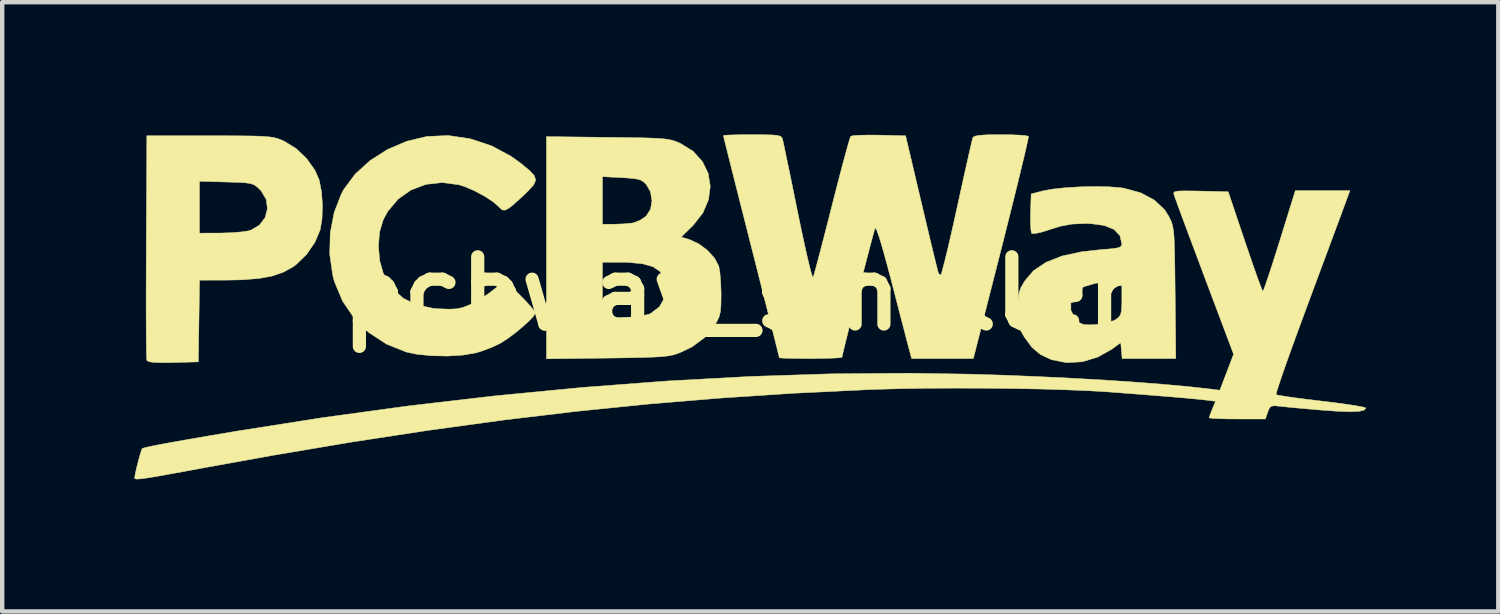
<source format=kicad_pcb>
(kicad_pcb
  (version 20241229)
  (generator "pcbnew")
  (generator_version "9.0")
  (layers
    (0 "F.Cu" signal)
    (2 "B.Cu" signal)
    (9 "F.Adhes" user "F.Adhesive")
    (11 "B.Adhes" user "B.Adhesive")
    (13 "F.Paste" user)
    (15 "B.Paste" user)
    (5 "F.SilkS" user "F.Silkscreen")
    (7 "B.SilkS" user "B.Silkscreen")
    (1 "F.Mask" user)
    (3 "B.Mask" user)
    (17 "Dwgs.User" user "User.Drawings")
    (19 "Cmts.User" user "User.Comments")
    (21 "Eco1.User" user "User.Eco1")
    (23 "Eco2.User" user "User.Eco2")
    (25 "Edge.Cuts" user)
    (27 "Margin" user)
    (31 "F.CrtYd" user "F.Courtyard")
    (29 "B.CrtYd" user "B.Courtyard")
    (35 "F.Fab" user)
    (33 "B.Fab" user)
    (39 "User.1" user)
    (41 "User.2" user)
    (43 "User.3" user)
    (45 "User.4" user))
  (footprint "pcbway_smaller"
    (layer "F.Cu")
    (at 13.668 3.612)
    (property "Reference" "pcbway_smaller" (at 0 0 0) (layer "F.SilkS") (effects (font (size 1.524 1.524) (thickness 0.3))))
    (attr through_hole)
    (fp_poly (pts (xy -11.963 -3.581) (xy -11.545 -3.581) (xy -11.215 -3.579) (xy -10.961 -3.576) (xy -10.768 -3.569) (xy -10.623 -3.558) (xy -10.514 -3.543) (xy -10.427 -3.521) (xy -10.349 -3.493) (xy -10.273 -3.46) (xy -10.003 -3.294) (xy -9.761 -3.065) (xy -9.572 -2.8) (xy -9.475 -2.577) (xy -9.422 -2.309) (xy -9.401 -1.997) (xy -9.412 -1.689) (xy -9.453 -1.448) (xy -9.572 -1.164) (xy -9.763 -0.888) (xy -10.001 -0.657) (xy -10.067 -0.608) (xy -10.284 -0.488) (xy -10.537 -0.4) (xy -10.845 -0.343) (xy -11.222 -0.313) (xy -11.569 -0.306) (xy -12.19 -0.305) (xy -12.204 0.622) (xy -12.217 1.549) (xy -12.79 1.564) (xy -13.058 1.567) (xy -13.237 1.561) (xy -13.342 1.544) (xy -13.386 1.516) (xy -13.387 1.513) (xy -13.392 1.451) (xy -13.396 1.297) (xy -13.399 1.061) (xy -13.401 0.754) (xy -13.402 0.385) (xy -13.402 -0.035) (xy -13.401 -0.497) (xy -13.399 -0.99) (xy -13.399 -1.067) (xy -13.397 -1.372) (xy -12.192 -1.372) (xy -11.697 -1.374) (xy -11.461 -1.382) (xy -11.244 -1.4) (xy -11.079 -1.424) (xy -11.028 -1.438) (xy -10.831 -1.554) (xy -10.703 -1.724) (xy -10.65 -1.926) (xy -10.677 -2.135) (xy -10.79 -2.328) (xy -10.814 -2.354) (xy -10.885 -2.422) (xy -10.951 -2.468) (xy -11.033 -2.497) (xy -11.153 -2.514) (xy -11.333 -2.524) (xy -11.583 -2.532) (xy -12.192 -2.549) (xy -12.192 -1.372) (xy -13.397 -1.372) (xy -13.386 -3.581) (xy -11.963 -3.581)) (stroke (width 0.01) (type solid)) (fill yes) (layer "F.SilkS"))
    (fp_poly (pts (xy -6.05 -3.514) (xy -5.569 -3.355) (xy -5.118 -3.114) (xy -4.889 -2.948) (xy -4.701 -2.792) (xy -4.593 -2.675) (xy -4.563 -2.573) (xy -4.611 -2.465) (xy -4.737 -2.326) (xy -4.861 -2.208) (xy -5.043 -2.041) (xy -5.17 -1.939) (xy -5.257 -1.894) (xy -5.321 -1.899) (xy -5.377 -1.946) (xy -5.383 -1.954) (xy -5.518 -2.075) (xy -5.717 -2.207) (xy -5.948 -2.331) (xy -6.179 -2.43) (xy -6.304 -2.469) (xy -6.687 -2.52) (xy -7.054 -2.478) (xy -7.391 -2.351) (xy -7.685 -2.144) (xy -7.92 -1.865) (xy -8.022 -1.676) (xy -8.105 -1.398) (xy -8.131 -1.075) (xy -8.103 -0.748) (xy -8.021 -0.459) (xy -8.009 -0.431) (xy -7.819 -0.124) (xy -7.572 0.104) (xy -7.262 0.256) (xy -6.884 0.335) (xy -6.749 0.345) (xy -6.519 0.353) (xy -6.355 0.345) (xy -6.219 0.316) (xy -6.077 0.26) (xy -6.037 0.242) (xy -5.836 0.133) (xy -5.631 -0.002) (xy -5.545 -0.068) (xy -5.414 -0.17) (xy -5.308 -0.238) (xy -5.264 -0.254) (xy -5.201 -0.219) (xy -5.092 -0.128) (xy -4.957 -0.002) (xy -4.817 0.139) (xy -4.693 0.274) (xy -4.604 0.382) (xy -4.572 0.442) (xy -4.61 0.51) (xy -4.712 0.619) (xy -4.858 0.752) (xy -5.026 0.892) (xy -5.199 1.02) (xy -5.355 1.121) (xy -5.379 1.135) (xy -5.573 1.225) (xy -5.8 1.309) (xy -5.92 1.345) (xy -6.212 1.395) (xy -6.56 1.417) (xy -6.924 1.41) (xy -7.264 1.376) (xy -7.498 1.326) (xy -7.947 1.147) (xy -8.345 0.887) (xy -8.682 0.557) (xy -8.947 0.166) (xy -9.13 -0.272) (xy -9.167 -0.411) (xy -9.236 -0.889) (xy -9.225 -1.373) (xy -9.136 -1.839) (xy -8.973 -2.261) (xy -8.915 -2.368) (xy -8.656 -2.715) (xy -8.319 -3.02) (xy -7.923 -3.272) (xy -7.486 -3.458) (xy -7.03 -3.566) (xy -6.544 -3.587) (xy -6.05 -3.514)) (stroke (width 0.01) (type solid)) (fill yes) (layer "F.SilkS"))
    (fp_poly (pts (xy -2.934 -3.546) (xy -2.521 -3.541) (xy -2.196 -3.536) (xy -1.945 -3.529) (xy -1.756 -3.52) (xy -1.614 -3.507) (xy -1.506 -3.489) (xy -1.419 -3.465) (xy -1.338 -3.434) (xy -1.282 -3.41) (xy -0.991 -3.23) (xy -0.78 -2.998) (xy -0.649 -2.728) (xy -0.602 -2.435) (xy -0.641 -2.132) (xy -0.767 -1.835) (xy -0.984 -1.556) (xy -0.997 -1.543) (xy -1.261 -1.283) (xy -1.073 -1.227) (xy -0.865 -1.131) (xy -0.665 -0.981) (xy -0.504 -0.804) (xy -0.41 -0.627) (xy -0.408 -0.62) (xy -0.384 -0.482) (xy -0.366 -0.28) (xy -0.357 -0.049) (xy -0.356 0.028) (xy -0.359 0.256) (xy -0.372 0.413) (xy -0.402 0.531) (xy -0.455 0.642) (xy -0.503 0.72) (xy -0.723 0.992) (xy -1.009 1.205) (xy -1.28 1.336) (xy -1.367 1.369) (xy -1.458 1.395) (xy -1.565 1.415) (xy -1.703 1.43) (xy -1.884 1.441) (xy -2.123 1.449) (xy -2.433 1.456) (xy -2.827 1.462) (xy -2.934 1.463) (xy -4.318 1.48) (xy -4.318 0.571) (xy -3.048 0.571) (xy -2.578 0.549) (xy -2.342 0.531) (xy -2.136 0.502) (xy -1.989 0.466) (xy -1.96 0.454) (xy -1.758 0.303) (xy -1.639 0.098) (xy -1.609 -0.136) (xy -1.645 -0.344) (xy -1.739 -0.5) (xy -1.901 -0.61) (xy -2.139 -0.677) (xy -2.462 -0.708) (xy -2.629 -0.711) (xy -3.048 -0.711) (xy -3.048 0.571) (xy -4.318 0.571) (xy -4.318 -1.575) (xy -3.048 -1.575) (xy -2.775 -1.575) (xy -2.585 -1.581) (xy -2.409 -1.596) (xy -2.344 -1.606) (xy -2.192 -1.665) (xy -2.058 -1.756) (xy -1.957 -1.914) (xy -1.924 -2.111) (xy -1.96 -2.314) (xy -2.05 -2.47) (xy -2.117 -2.538) (xy -2.192 -2.581) (xy -2.303 -2.607) (xy -2.474 -2.623) (xy -2.608 -2.631) (xy -3.048 -2.654) (xy -3.048 -1.575) (xy -4.318 -1.575) (xy -4.318 -3.562) (xy -2.934 -3.546)) (stroke (width 0.01) (type solid)) (fill yes) (layer "F.SilkS"))
    (fp_poly (pts (xy 8.441 -2.424) (xy 8.706 -2.403) (xy 8.79 -2.391) (xy 9.169 -2.286) (xy 9.477 -2.121) (xy 9.709 -1.901) (xy 9.802 -1.754) (xy 9.839 -1.68) (xy 9.869 -1.609) (xy 9.891 -1.53) (xy 9.908 -1.429) (xy 9.921 -1.295) (xy 9.93 -1.113) (xy 9.936 -0.873) (xy 9.941 -0.56) (xy 9.945 -0.162) (xy 9.947 -0.014) (xy 9.962 1.473) (xy 8.744 1.473) (xy 8.728 1.293) (xy 8.712 1.113) (xy 8.509 1.262) (xy 8.187 1.443) (xy 7.837 1.547) (xy 7.482 1.567) (xy 7.146 1.501) (xy 7.14 1.499) (xy 6.894 1.385) (xy 6.702 1.225) (xy 6.53 0.993) (xy 6.528 0.991) (xy 6.448 0.85) (xy 6.403 0.723) (xy 6.382 0.572) (xy 6.377 0.359) (xy 6.377 0.356) (xy 6.381 0.175) (xy 7.581 0.175) (xy 7.581 0.374) (xy 7.666 0.555) (xy 7.7 0.592) (xy 7.783 0.665) (xy 7.87 0.701) (xy 7.996 0.709) (xy 8.144 0.702) (xy 8.368 0.671) (xy 8.547 0.616) (xy 8.598 0.589) (xy 8.668 0.536) (xy 8.709 0.476) (xy 8.73 0.382) (xy 8.737 0.229) (xy 8.738 0.09) (xy 8.738 -0.317) (xy 8.445 -0.282) (xy 8.119 -0.229) (xy 7.881 -0.158) (xy 7.721 -0.065) (xy 7.667 -0.009) (xy 7.581 0.175) (xy 6.381 0.175) (xy 6.382 0.142) (xy 6.402 -0.01) (xy 6.447 -0.136) (xy 6.527 -0.276) (xy 6.528 -0.279) (xy 6.731 -0.518) (xy 7.014 -0.709) (xy 7.379 -0.853) (xy 7.831 -0.951) (xy 8.264 -0.998) (xy 8.487 -1.016) (xy 8.627 -1.034) (xy 8.703 -1.059) (xy 8.733 -1.095) (xy 8.738 -1.128) (xy 8.693 -1.316) (xy 8.56 -1.456) (xy 8.338 -1.546) (xy 8.027 -1.588) (xy 7.9 -1.591) (xy 7.602 -1.577) (xy 7.338 -1.528) (xy 7.113 -1.457) (xy 6.93 -1.399) (xy 6.784 -1.365) (xy 6.7 -1.361) (xy 6.692 -1.365) (xy 6.675 -1.432) (xy 6.665 -1.573) (xy 6.663 -1.764) (xy 6.665 -1.834) (xy 6.68 -2.261) (xy 6.934 -2.328) (xy 7.157 -2.37) (xy 7.449 -2.402) (xy 7.781 -2.422) (xy 8.122 -2.43) (xy 8.441 -2.424)) (stroke (width 0.01) (type solid)) (fill yes) (layer "F.SilkS"))
    (fp_poly (pts (xy 6.227 -3.604) (xy 6.425 -3.596) (xy 6.563 -3.584) (xy 6.619 -3.569) (xy 6.619 -3.569) (xy 6.611 -3.513) (xy 6.58 -3.369) (xy 6.529 -3.146) (xy 6.458 -2.852) (xy 6.372 -2.497) (xy 6.272 -2.091) (xy 6.16 -1.644) (xy 6.039 -1.163) (xy 6.005 -1.029) (xy 5.368 1.473) (xy 3.967 1.473) (xy 3.923 1.308) (xy 3.898 1.216) (xy 3.852 1.04) (xy 3.789 0.796) (xy 3.711 0.496) (xy 3.623 0.157) (xy 3.529 -0.207) (xy 3.527 -0.217) (xy 3.411 -0.655) (xy 3.315 -1.003) (xy 3.239 -1.26) (xy 3.182 -1.423) (xy 3.147 -1.49) (xy 3.138 -1.487) (xy 3.118 -1.42) (xy 3.077 -1.271) (xy 3.02 -1.055) (xy 2.95 -0.788) (xy 2.871 -0.484) (xy 2.787 -0.159) (xy 2.702 0.172) (xy 2.62 0.495) (xy 2.545 0.793) (xy 2.48 1.053) (xy 2.43 1.258) (xy 2.398 1.393) (xy 2.388 1.444) (xy 2.34 1.454) (xy 2.209 1.463) (xy 2.012 1.47) (xy 1.769 1.473) (xy 1.676 1.473) (xy 1.421 1.472) (xy 1.206 1.469) (xy 1.05 1.464) (xy 0.971 1.457) (xy 0.965 1.455) (xy 0.953 1.404) (xy 0.918 1.263) (xy 0.863 1.043) (xy 0.79 0.752) (xy 0.701 0.401) (xy 0.599 -0.003) (xy 0.486 -0.449) (xy 0.365 -0.928) (xy 0.33 -1.065) (xy 0.207 -1.551) (xy 0.091 -2.008) (xy -0.014 -2.424) (xy -0.107 -2.791) (xy -0.184 -3.1) (xy -0.245 -3.341) (xy -0.285 -3.505) (xy -0.304 -3.582) (xy -0.305 -3.587) (xy -0.257 -3.594) (xy -0.127 -3.6) (xy 0.067 -3.605) (xy 0.306 -3.607) (xy 0.352 -3.607) (xy 0.624 -3.605) (xy 0.811 -3.6) (xy 0.93 -3.588) (xy 0.996 -3.567) (xy 1.028 -3.536) (xy 1.035 -3.518) (xy 1.051 -3.448) (xy 1.085 -3.29) (xy 1.133 -3.059) (xy 1.194 -2.767) (xy 1.264 -2.427) (xy 1.341 -2.05) (xy 1.378 -1.865) (xy 1.457 -1.485) (xy 1.53 -1.143) (xy 1.596 -0.849) (xy 1.652 -0.615) (xy 1.695 -0.452) (xy 1.723 -0.372) (xy 1.73 -0.366) (xy 1.751 -0.43) (xy 1.793 -0.58) (xy 1.853 -0.804) (xy 1.928 -1.089) (xy 2.014 -1.423) (xy 2.109 -1.793) (xy 2.156 -1.981) (xy 2.254 -2.363) (xy 2.345 -2.713) (xy 2.426 -3.02) (xy 2.494 -3.27) (xy 2.546 -3.452) (xy 2.578 -3.554) (xy 2.586 -3.57) (xy 2.649 -3.585) (xy 2.793 -3.594) (xy 2.994 -3.598) (xy 3.228 -3.596) (xy 3.831 -3.581) (xy 4.202 -2.007) (xy 4.294 -1.619) (xy 4.379 -1.261) (xy 4.455 -0.946) (xy 4.519 -0.685) (xy 4.567 -0.492) (xy 4.596 -0.379) (xy 4.603 -0.356) (xy 4.621 -0.384) (xy 4.657 -0.502) (xy 4.708 -0.696) (xy 4.773 -0.957) (xy 4.847 -1.274) (xy 4.929 -1.635) (xy 4.982 -1.877) (xy 5.068 -2.267) (xy 5.147 -2.628) (xy 5.218 -2.945) (xy 5.277 -3.207) (xy 5.322 -3.401) (xy 5.349 -3.516) (xy 5.356 -3.54) (xy 5.397 -3.571) (xy 5.499 -3.591) (xy 5.675 -3.603) (xy 5.938 -3.607) (xy 5.99 -3.607) (xy 6.227 -3.604)) (stroke (width 0.01) (type solid)) (fill yes) (layer "F.SilkS"))
    (fp_poly (pts (xy 13.777 -1.968) (xy 13.73 -1.839) (xy 13.651 -1.627) (xy 13.546 -1.345) (xy 13.421 -1.007) (xy 13.278 -0.624) (xy 13.124 -0.209) (xy 12.963 0.225) (xy 12.924 0.33) (xy 12.769 0.75) (xy 12.627 1.139) (xy 12.501 1.489) (xy 12.396 1.788) (xy 12.315 2.027) (xy 12.26 2.195) (xy 12.237 2.282) (xy 12.237 2.292) (xy 12.295 2.307) (xy 12.438 2.331) (xy 12.65 2.362) (xy 12.916 2.396) (xy 13.22 2.433) (xy 13.271 2.439) (xy 13.577 2.476) (xy 13.846 2.513) (xy 14.061 2.546) (xy 14.209 2.574) (xy 14.273 2.594) (xy 14.275 2.597) (xy 14.238 2.643) (xy 14.123 2.671) (xy 13.924 2.68) (xy 13.636 2.67) (xy 13.293 2.646) (xy 13.011 2.622) (xy 12.743 2.598) (xy 12.518 2.577) (xy 12.361 2.56) (xy 12.339 2.558) (xy 12.194 2.544) (xy 12.117 2.561) (xy 12.073 2.622) (xy 12.049 2.687) (xy 11.994 2.845) (xy 11.356 2.845) (xy 11.115 2.843) (xy 10.916 2.837) (xy 10.778 2.829) (xy 10.719 2.819) (xy 10.719 2.818) (xy 10.737 2.757) (xy 10.781 2.643) (xy 10.791 2.617) (xy 10.864 2.444) (xy 10.652 2.417) (xy 10.488 2.399) (xy 10.234 2.375) (xy 9.902 2.346) (xy 9.504 2.314) (xy 9.05 2.278) (xy 8.552 2.24) (xy 8.458 2.233) (xy 8.017 2.206) (xy 7.494 2.184) (xy 6.908 2.166) (xy 6.277 2.154) (xy 5.623 2.147) (xy 4.963 2.145) (xy 4.317 2.148) (xy 3.704 2.158) (xy 3.143 2.173) (xy 2.972 2.18) (xy 1.291 2.261) (xy -0.361 2.37) (xy -2.002 2.506) (xy -3.646 2.673) (xy -5.309 2.871) (xy -7.006 3.104) (xy -8.753 3.371) (xy -10.565 3.677) (xy -12.028 3.941) (xy -12.476 4.024) (xy -12.834 4.089) (xy -13.112 4.139) (xy -13.321 4.174) (xy -13.469 4.196) (xy -13.567 4.207) (xy -13.626 4.208) (xy -13.655 4.2) (xy -13.663 4.185) (xy -13.663 4.178) (xy -13.65 4.095) (xy -13.619 3.957) (xy -13.579 3.798) (xy -13.538 3.65) (xy -13.506 3.547) (xy -13.494 3.52) (xy -13.459 3.504) (xy -13.374 3.482) (xy -13.233 3.452) (xy -13.027 3.412) (xy -12.751 3.362) (xy -12.397 3.3) (xy -11.957 3.224) (xy -11.425 3.134) (xy -11.379 3.126) (xy -9.42 2.818) (xy -7.448 2.548) (xy -5.476 2.319) (xy -3.516 2.13) (xy -1.583 1.983) (xy 0.311 1.88) (xy 2.152 1.82) (xy 3.927 1.806) (xy 5.356 1.829) (xy 6.129 1.854) (xy 6.901 1.886) (xy 7.658 1.923) (xy 8.385 1.965) (xy 9.069 2.011) (xy 9.695 2.06) (xy 10.248 2.11) (xy 10.714 2.162) (xy 10.726 2.163) (xy 10.961 2.192) (xy 11.117 1.784) (xy 11.273 1.375) (xy 10.608 -0.392) (xy 10.457 -0.796) (xy 10.316 -1.172) (xy 10.19 -1.509) (xy 10.083 -1.797) (xy 10 -2.023) (xy 9.944 -2.178) (xy 9.919 -2.248) (xy 9.919 -2.25) (xy 9.915 -2.287) (xy 9.94 -2.312) (xy 10.01 -2.326) (xy 10.139 -2.331) (xy 10.344 -2.329) (xy 10.522 -2.326) (xy 11.151 -2.311) (xy 11.531 -1.181) (xy 11.64 -0.863) (xy 11.738 -0.579) (xy 11.822 -0.343) (xy 11.887 -0.169) (xy 11.927 -0.069) (xy 11.938 -0.051) (xy 11.959 -0.097) (xy 12.006 -0.227) (xy 12.074 -0.428) (xy 12.158 -0.685) (xy 12.254 -0.986) (xy 12.319 -1.194) (xy 12.674 -2.337) (xy 13.913 -2.337) (xy 13.777 -1.968)) (stroke (width 0.01) (type solid)) (fill yes) (layer "F.SilkS")))
  (gr_rect
    (start -3 -3)
    (end 30.948 10.825)
    (stroke (width 0.1) (type default))
    (fill no)
    (layer "Edge.Cuts")))
</source>
